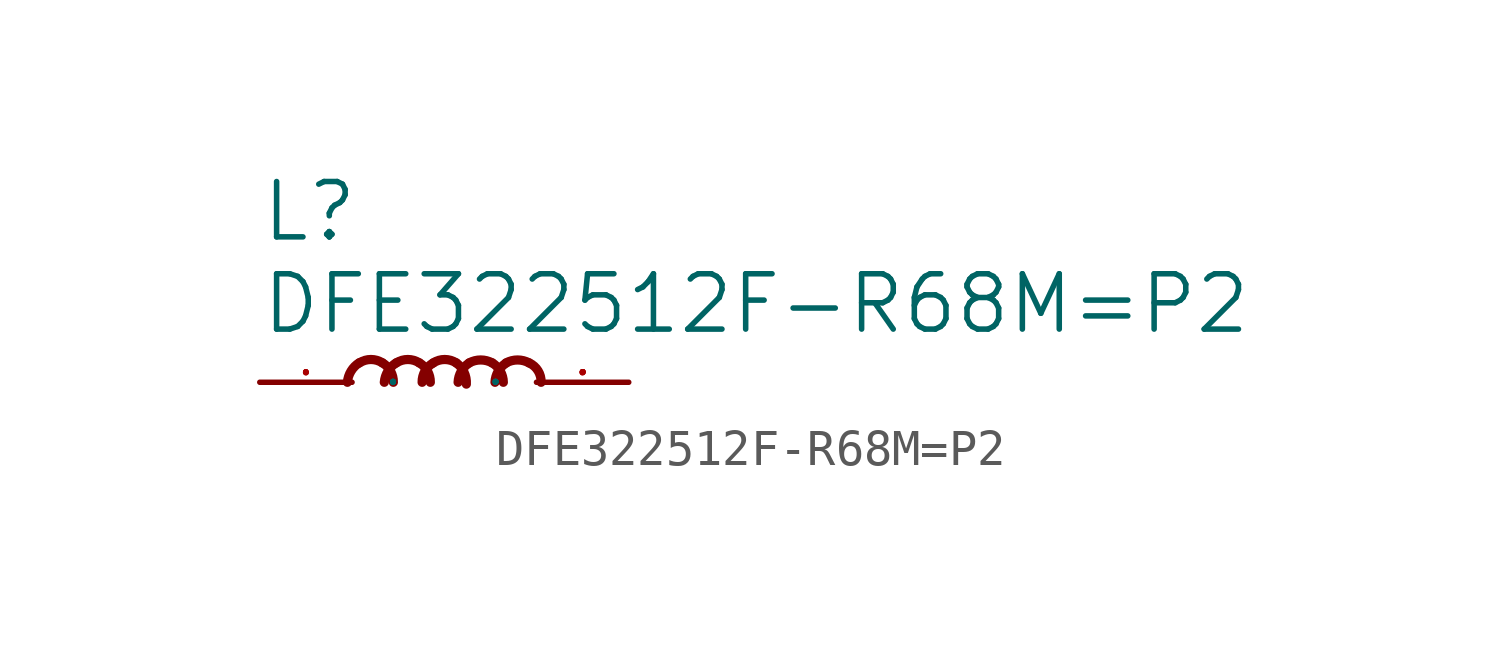
<source format=kicad_sym>
(kicad_symbol_lib
  (version 20211014)
  (generator kicad_symbol_editor)
  (symbol "DFE322512F-R68M=P2"
    (pin_names
      (offset 1.016))
    (property "Reference" "L"
      (at -5.08 3.81 0)
      (effects (font (size 1.524 1.524)) (justify left bottom)))
    (property "Value" "DFE322512F-R68M=P2"
      (at -5.08 1.27 0)
      (effects (font (size 1.524 1.524)) (justify left bottom)))
    (symbol "DFE322512F-R68M=P2_0_1"
      (pin passive line (at -5.08 0 0) (length 2.54) (name "P" (effects (font (size 0.025 0.025)))) (number "1" (effects (font (size 0.025 0.025)))))
      (pin passive line (at 5.08 0 180) (length 2.54) (name "P" (effects (font (size 0.025 0.025)))) (number "2" (effects (font (size 0.025 0.025))))))
    (symbol "DFE322512F-R68M=P2_1_1"
      (arc (start -2.3368 0.5334) (mid -2.5634 0.3084) (end -2.667 0) (stroke (width 0.254) (type default) (color 0 0 0 0)) (fill (type none)))
      (arc (start -1.7018 0.5334) (mid -2.021 0.6272) (end -2.3368 0.5334) (stroke (width 0.254) (type default) (color 0 0 0 0)) (fill (type none)))
      (arc (start -1.397 0) (mid -1.4773 0.309) (end -1.7018 0.5334) (stroke (width 0.254) (type default) (color 0 0 0 0)) (fill (type none)))
      (arc (start -1.3208 0.5334) (mid -1.5474 0.3084) (end -1.651 0) (stroke (width 0.254) (type default) (color 0 0 0 0)) (fill (type none)))
      (arc (start -0.6858 0.5334) (mid -1.005 0.6272) (end -1.3208 0.5334) (stroke (width 0.254) (type default) (color 0 0 0 0)) (fill (type none)))
      (arc (start -0.381 0) (mid -0.4613 0.309) (end -0.6858 0.5334) (stroke (width 0.254) (type default) (color 0 0 0 0)) (fill (type none)))
      (arc (start -0.3048 0.5334) (mid -0.5314 0.3084) (end -0.6096 0) (stroke (width 0.254) (type default) (color 0 0 0 0)) (fill (type none)))
      (arc (start 0.3302 0.5334) (mid 0.011 0.6272) (end -0.3048 0.5334) (stroke (width 0.254) (type default) (color 0 0 0 0)) (fill (type none)))
      (arc (start 0.6096 -0.0508) (mid 0.5463 0.2752) (end 0.3302 0.5334) (stroke (width 0.254) (type default) (color 0 0 0 0)) (fill (type none)))
      (arc (start 0.6858 0.5334) (mid 0.468 0.3053) (end 0.381 0) (stroke (width 0.254) (type default) (color 0 0 0 0)) (fill (type none)))
      (arc (start 1.3208 0.5334) (mid 1.0052 0.6142) (end 0.6858 0.5334) (stroke (width 0.254) (type default) (color 0 0 0 0)) (fill (type none)))
      (arc (start 1.6256 0) (mid 1.5432 0.306) (end 1.3208 0.5334) (stroke (width 0.254) (type default) (color 0 0 0 0)) (fill (type none)))
      (arc (start 1.7018 0.5334) (mid 1.484 0.3053) (end 1.397 0) (stroke (width 0.254) (type default) (color 0 0 0 0)) (fill (type none)))
      (arc (start 2.3368 0.5334) (mid 2.0212 0.6142) (end 1.7018 0.5334) (stroke (width 0.254) (type default) (color 0 0 0 0)) (fill (type none)))
      (arc (start 2.667 0) (mid 2.5812 0.3187) (end 2.3368 0.5334) (stroke (width 0.254) (type default) (color 0 0 0 0)) (fill (type none))))))
</source>
